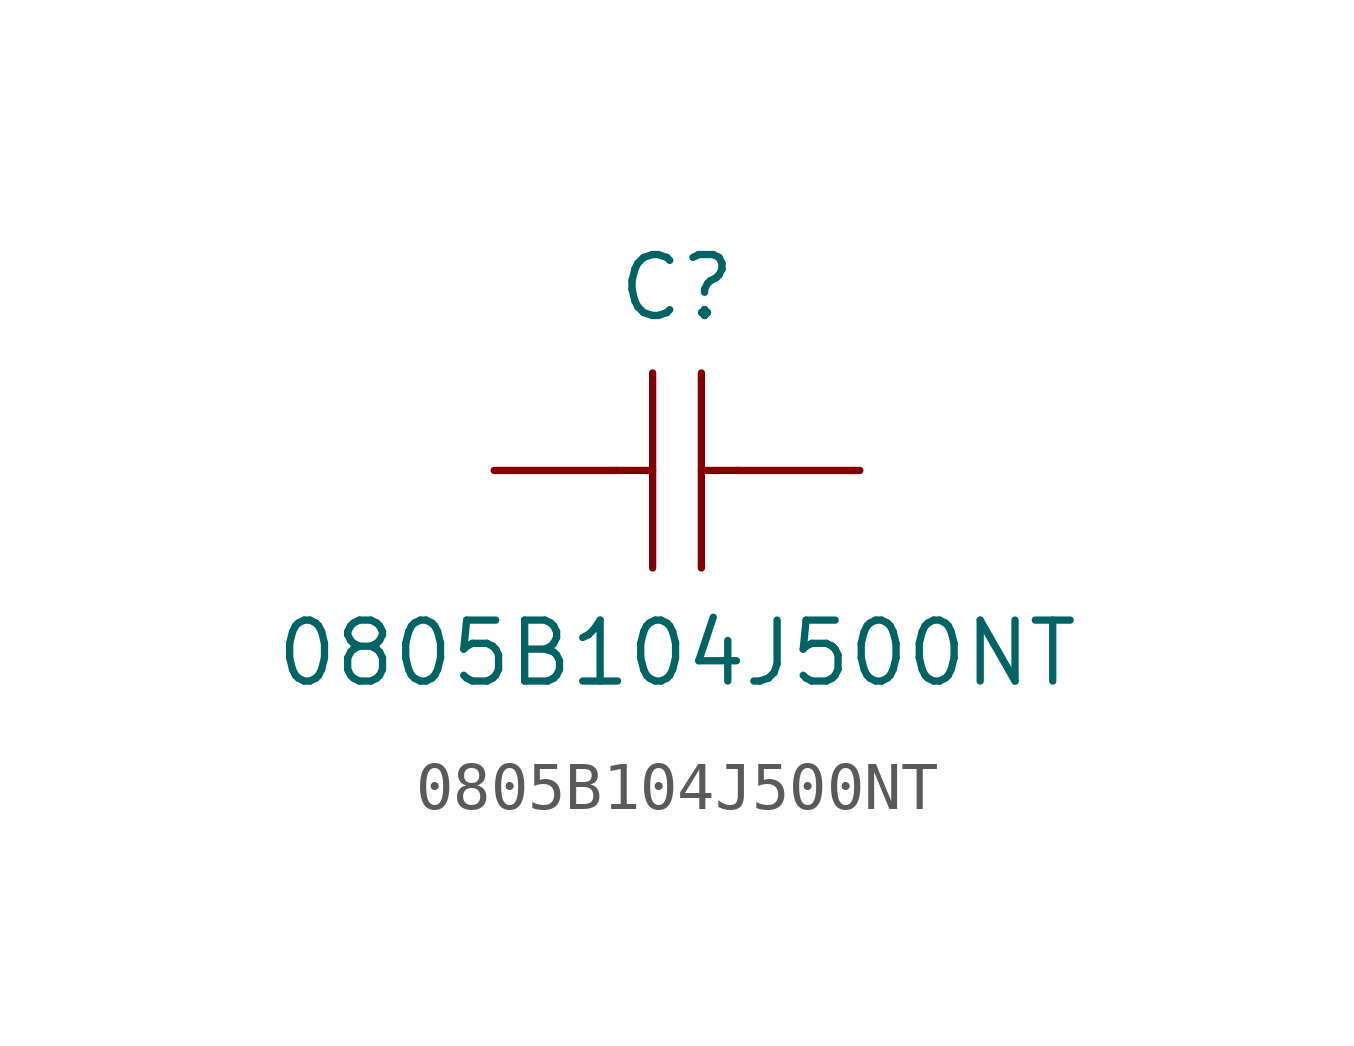
<source format=kicad_sym>
(kicad_symbol_lib
  (version 20211014)
  (generator kicad_symbol_editor)
  (symbol "0805B104J500NT"
    (pin_numbers hide)
    (pin_names
      (offset 1.016) hide)
    (property "Reference" "C"
      (at 0 3.81 0)
      (effects (font (size 1.27 1.27))))
    (property "Value" "0805B104J500NT"
      (at 0 -3.81 0)
      (effects (font (size 1.27 1.27))))
    (symbol "0805B104J500NT_1_1"
      (polyline (pts (xy -1.27 0) (xy -0.508 0)) (stroke (width 0.152) (type default) (color 0 0 0 0)) (fill (type none)))
      (polyline (pts (xy -0.508 2.032) (xy -0.508 -2.032)) (stroke (width 0.152) (type default) (color 0 0 0 0)) (fill (type none)))
      (polyline (pts (xy 0.508 0) (xy 1.27 0)) (stroke (width 0.152) (type default) (color 0 0 0 0)) (fill (type none)))
      (polyline (pts (xy 0.508 2.032) (xy 0.508 -2.032)) (stroke (width 0.152) (type default) (color 0 0 0 0)) (fill (type none)))
      (pin input line (at -3.81 0 0) (length 2.54) (name "1" (effects (font (size 1.27 1.27)))) (number "1" (effects (font (size 1.27 1.27)))))
      (pin input line (at 3.81 0 180) (length 2.54) (name "2" (effects (font (size 1.27 1.27)))) (number "2" (effects (font (size 1.27 1.27))))))))
</source>
